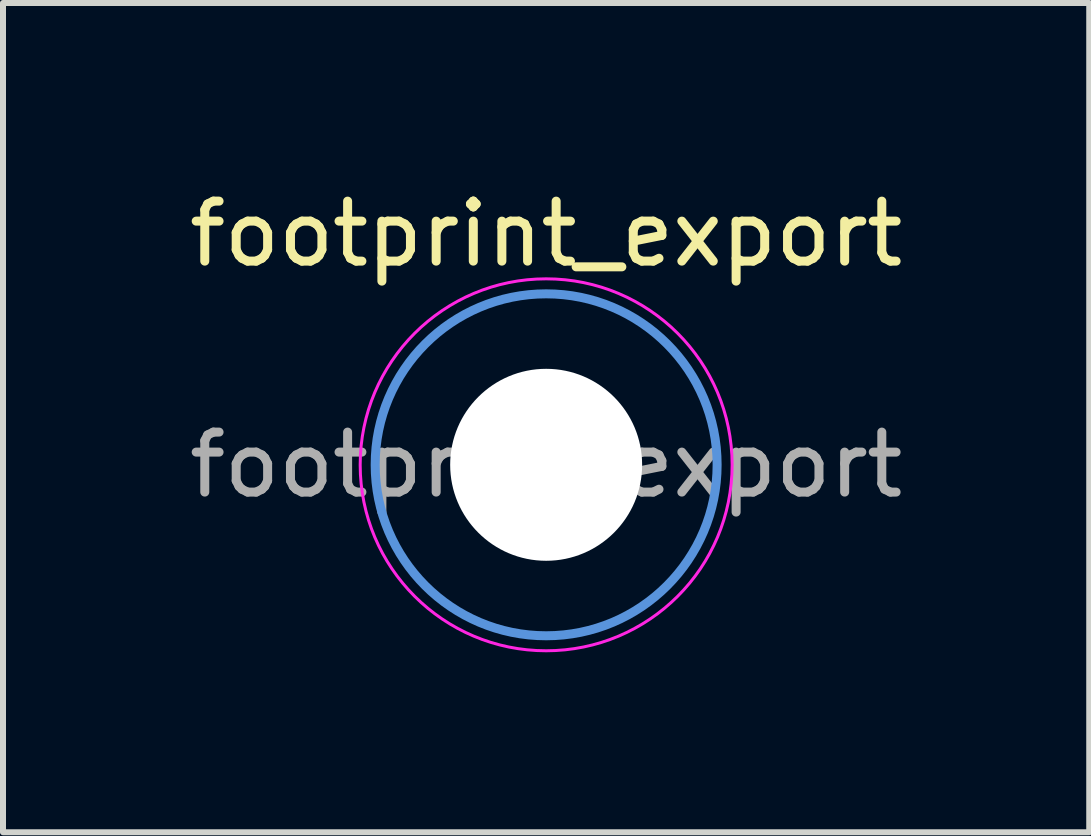
<source format=kicad_pcb>
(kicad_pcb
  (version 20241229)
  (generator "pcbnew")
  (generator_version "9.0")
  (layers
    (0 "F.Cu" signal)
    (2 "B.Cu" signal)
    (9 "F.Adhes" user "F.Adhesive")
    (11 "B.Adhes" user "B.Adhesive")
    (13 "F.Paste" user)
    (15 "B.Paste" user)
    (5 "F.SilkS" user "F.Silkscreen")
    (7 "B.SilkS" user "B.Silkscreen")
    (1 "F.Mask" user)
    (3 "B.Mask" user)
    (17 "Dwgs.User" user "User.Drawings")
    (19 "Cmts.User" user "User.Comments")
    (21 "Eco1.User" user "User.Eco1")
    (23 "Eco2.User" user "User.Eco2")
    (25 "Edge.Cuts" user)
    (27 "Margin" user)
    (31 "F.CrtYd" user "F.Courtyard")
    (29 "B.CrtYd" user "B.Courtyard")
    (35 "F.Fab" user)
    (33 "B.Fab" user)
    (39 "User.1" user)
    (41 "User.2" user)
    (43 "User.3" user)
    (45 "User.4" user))
  (footprint "footprint_export"
    (layer "F.Cu")
    (at 6.054 4.698)
    (property "Reference" "footprint_export" (at 0 -3.85 0) (layer "F.SilkS") (effects (font (size 1 1) (thickness 0.15))))
    (attr exclude_from_pos_files exclude_from_bom)
    (fp_circle (center 0 0) (end 2.85 0) (stroke (width 0.15) (type solid)) (fill no) (layer "Cmts.User"))
    (fp_circle (center 0 0) (end 3.1 0) (stroke (width 0.05) (type solid)) (fill no) (layer "F.CrtYd"))
    (fp_text user "${REFERENCE}" (at 0 0 0) (layer "F.Fab") (effects (font (size 1 1) (thickness 0.15))))
    (pad "" np_thru_hole circle (at 0 0) (size 3.2 3.2) (drill 3.2) (layers "*.Cu" "*.Mask")))
  (gr_rect
    (start -3 -3)
    (end 15.107 10.823)
    (stroke (width 0.1) (type default))
    (fill no)
    (layer "Edge.Cuts")))
</source>
